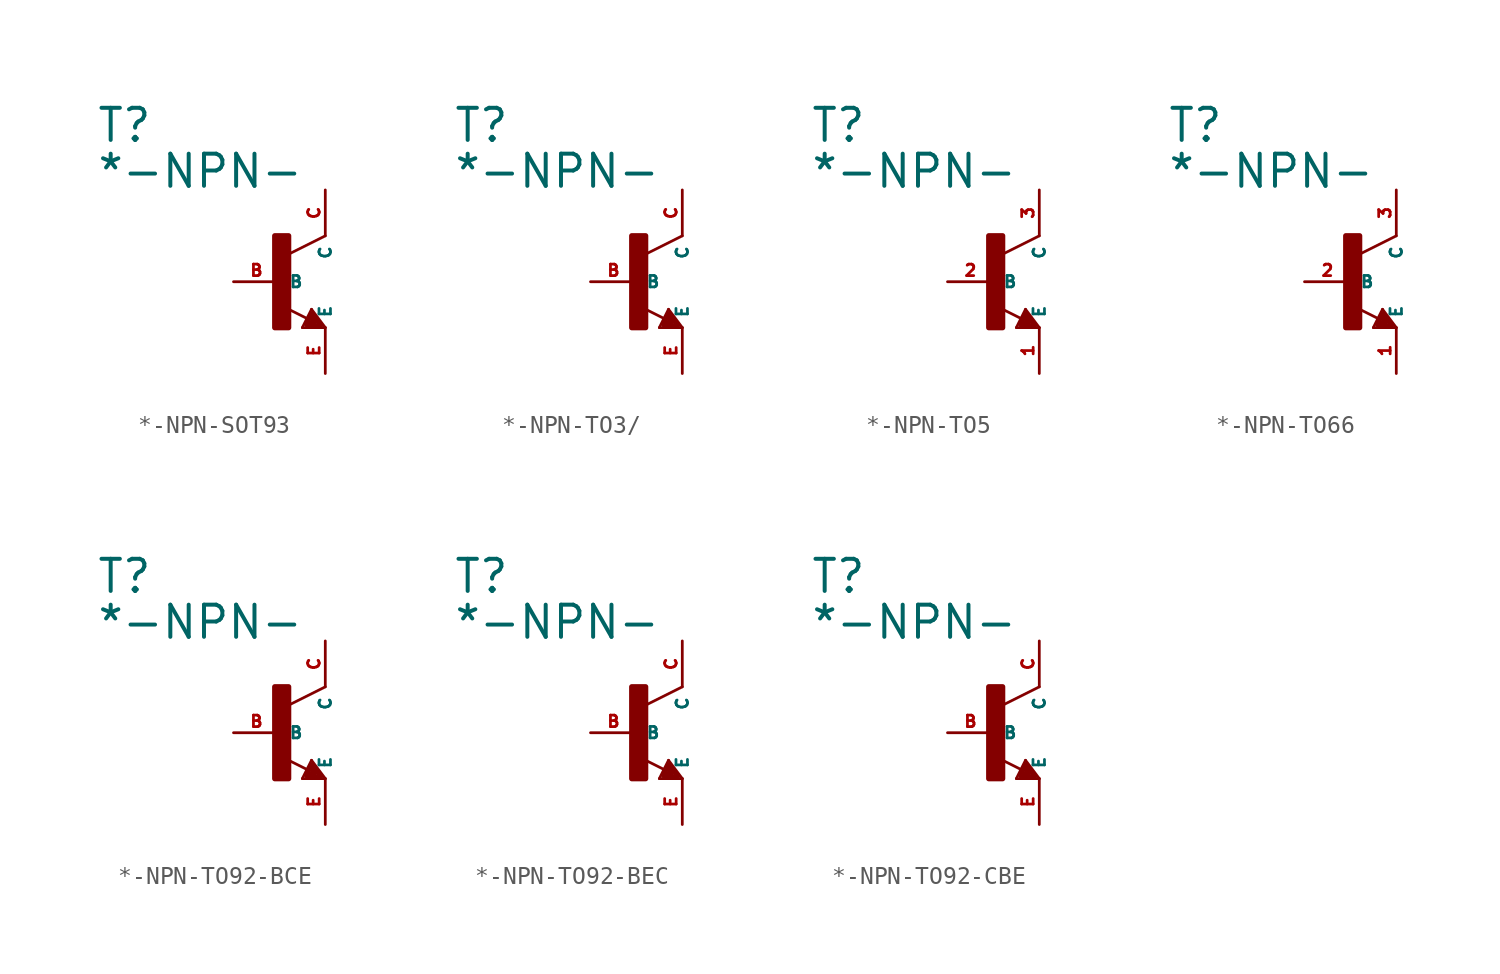
<source format=kicad_sym>
(kicad_symbol_lib
  (version 20220914)
  (generator Eagle2Kicad)
  (symbol "*-NPN-SOT93"
    (property "Reference" "T"
      (at -10.16 7.62 0)
      (effects (font (size 1.778 1.778) (thickness 0.22)) (justify left bottom)))
    (property "Value" "*-NPN-"
      (at -10.16 5.08 0)
      (effects (font (size 1.778 1.778) (thickness 0.22)) (justify left bottom)))
    (polyline
      (pts (xy 2.54 2.54) (xy 0.508 1.524))
      (stroke (width 0.152) (type default))
      (fill (type none)))
    (polyline
      (pts (xy 1.778 -1.524) (xy 2.54 -2.54))
      (stroke (width 0.152) (type default))
      (fill (type none)))
    (polyline
      (pts (xy 2.54 -2.54) (xy 1.27 -2.54))
      (stroke (width 0.152) (type default))
      (fill (type none)))
    (polyline
      (pts (xy 1.27 -2.54) (xy 1.778 -1.524))
      (stroke (width 0.152) (type default))
      (fill (type none)))
    (polyline
      (pts (xy 1.54 -2.04) (xy 0.308 -1.424))
      (stroke (width 0.152) (type default))
      (fill (type none)))
    (polyline
      (pts (xy 1.524 -2.413) (xy 2.286 -2.413))
      (stroke (width 0.254) (type default))
      (fill (type none)))
    (polyline
      (pts (xy 2.286 -2.413) (xy 1.778 -1.778))
      (stroke (width 0.254) (type default))
      (fill (type none)))
    (polyline
      (pts (xy 1.778 -1.778) (xy 1.524 -2.286))
      (stroke (width 0.254) (type default))
      (fill (type none)))
    (polyline
      (pts (xy 1.524 -2.286) (xy 1.905 -2.286))
      (stroke (width 0.254) (type default))
      (fill (type none)))
    (polyline
      (pts (xy 1.905 -2.286) (xy 1.778 -2.032))
      (stroke (width 0.254) (type default))
      (fill (type none)))
    (rectangle
      (start -0.254 -2.54)
      (end 0.508 2.54)
      (stroke (width 0.3) (type default))
      (fill (type outline)))
    (pin passive line
      (at -2.54 0 0)
      (length 2.54)
      (name "B" (effects (font (size 0.635 0.635) (thickness 0.08)) (justify left bottom)))
      (number "B" (effects (font (size 0.635 0.635) (thickness 0.08)) (justify left bottom))))
    (pin passive line
      (at 2.54 -5.08 90)
      (length 2.54)
      (name "E" (effects (font (size 0.635 0.635) (thickness 0.08)) (justify left bottom)))
      (number "E" (effects (font (size 0.635 0.635) (thickness 0.08)) (justify left bottom))))
    (pin passive line
      (at 2.54 5.08 270)
      (length 2.54)
      (name "C" (effects (font (size 0.635 0.635) (thickness 0.08)) (justify left bottom)))
      (number "C" (effects (font (size 0.635 0.635) (thickness 0.08)) (justify left bottom)))))
  (symbol "*-NPN-TO3/"
    (property "Reference" "T"
      (at -10.16 7.62 0)
      (effects (font (size 1.778 1.778) (thickness 0.22)) (justify left bottom)))
    (property "Value" "*-NPN-"
      (at -10.16 5.08 0)
      (effects (font (size 1.778 1.778) (thickness 0.22)) (justify left bottom)))
    (polyline
      (pts (xy 2.54 2.54) (xy 0.508 1.524))
      (stroke (width 0.152) (type default))
      (fill (type none)))
    (polyline
      (pts (xy 1.778 -1.524) (xy 2.54 -2.54))
      (stroke (width 0.152) (type default))
      (fill (type none)))
    (polyline
      (pts (xy 2.54 -2.54) (xy 1.27 -2.54))
      (stroke (width 0.152) (type default))
      (fill (type none)))
    (polyline
      (pts (xy 1.27 -2.54) (xy 1.778 -1.524))
      (stroke (width 0.152) (type default))
      (fill (type none)))
    (polyline
      (pts (xy 1.54 -2.04) (xy 0.308 -1.424))
      (stroke (width 0.152) (type default))
      (fill (type none)))
    (polyline
      (pts (xy 1.524 -2.413) (xy 2.286 -2.413))
      (stroke (width 0.254) (type default))
      (fill (type none)))
    (polyline
      (pts (xy 2.286 -2.413) (xy 1.778 -1.778))
      (stroke (width 0.254) (type default))
      (fill (type none)))
    (polyline
      (pts (xy 1.778 -1.778) (xy 1.524 -2.286))
      (stroke (width 0.254) (type default))
      (fill (type none)))
    (polyline
      (pts (xy 1.524 -2.286) (xy 1.905 -2.286))
      (stroke (width 0.254) (type default))
      (fill (type none)))
    (polyline
      (pts (xy 1.905 -2.286) (xy 1.778 -2.032))
      (stroke (width 0.254) (type default))
      (fill (type none)))
    (rectangle
      (start -0.254 -2.54)
      (end 0.508 2.54)
      (stroke (width 0.3) (type default))
      (fill (type outline)))
    (pin passive line
      (at -2.54 0 0)
      (length 2.54)
      (name "B" (effects (font (size 0.635 0.635) (thickness 0.08)) (justify left bottom)))
      (number "B" (effects (font (size 0.635 0.635) (thickness 0.08)) (justify left bottom))))
    (pin passive line
      (at 2.54 -5.08 90)
      (length 2.54)
      (name "E" (effects (font (size 0.635 0.635) (thickness 0.08)) (justify left bottom)))
      (number "E" (effects (font (size 0.635 0.635) (thickness 0.08)) (justify left bottom))))
    (pin passive line
      (at 2.54 5.08 270)
      (length 2.54)
      (name "C" (effects (font (size 0.635 0.635) (thickness 0.08)) (justify left bottom)))
      (number "C" (effects (font (size 0.635 0.635) (thickness 0.08)) (justify left bottom)))))
  (symbol "*-NPN-TO5"
    (property "Reference" "T"
      (at -10.16 7.62 0)
      (effects (font (size 1.778 1.778) (thickness 0.22)) (justify left bottom)))
    (property "Value" "*-NPN-"
      (at -10.16 5.08 0)
      (effects (font (size 1.778 1.778) (thickness 0.22)) (justify left bottom)))
    (polyline
      (pts (xy 2.54 2.54) (xy 0.508 1.524))
      (stroke (width 0.152) (type default))
      (fill (type none)))
    (polyline
      (pts (xy 1.778 -1.524) (xy 2.54 -2.54))
      (stroke (width 0.152) (type default))
      (fill (type none)))
    (polyline
      (pts (xy 2.54 -2.54) (xy 1.27 -2.54))
      (stroke (width 0.152) (type default))
      (fill (type none)))
    (polyline
      (pts (xy 1.27 -2.54) (xy 1.778 -1.524))
      (stroke (width 0.152) (type default))
      (fill (type none)))
    (polyline
      (pts (xy 1.54 -2.04) (xy 0.308 -1.424))
      (stroke (width 0.152) (type default))
      (fill (type none)))
    (polyline
      (pts (xy 1.524 -2.413) (xy 2.286 -2.413))
      (stroke (width 0.254) (type default))
      (fill (type none)))
    (polyline
      (pts (xy 2.286 -2.413) (xy 1.778 -1.778))
      (stroke (width 0.254) (type default))
      (fill (type none)))
    (polyline
      (pts (xy 1.778 -1.778) (xy 1.524 -2.286))
      (stroke (width 0.254) (type default))
      (fill (type none)))
    (polyline
      (pts (xy 1.524 -2.286) (xy 1.905 -2.286))
      (stroke (width 0.254) (type default))
      (fill (type none)))
    (polyline
      (pts (xy 1.905 -2.286) (xy 1.778 -2.032))
      (stroke (width 0.254) (type default))
      (fill (type none)))
    (rectangle
      (start -0.254 -2.54)
      (end 0.508 2.54)
      (stroke (width 0.3) (type default))
      (fill (type outline)))
    (pin passive line
      (at -2.54 0 0)
      (length 2.54)
      (name "B" (effects (font (size 0.635 0.635) (thickness 0.08)) (justify left bottom)))
      (number "2" (effects (font (size 0.635 0.635) (thickness 0.08)) (justify left bottom))))
    (pin passive line
      (at 2.54 -5.08 90)
      (length 2.54)
      (name "E" (effects (font (size 0.635 0.635) (thickness 0.08)) (justify left bottom)))
      (number "1" (effects (font (size 0.635 0.635) (thickness 0.08)) (justify left bottom))))
    (pin passive line
      (at 2.54 5.08 270)
      (length 2.54)
      (name "C" (effects (font (size 0.635 0.635) (thickness 0.08)) (justify left bottom)))
      (number "3" (effects (font (size 0.635 0.635) (thickness 0.08)) (justify left bottom)))))
  (symbol "*-NPN-TO66"
    (property "Reference" "T"
      (at -10.16 7.62 0)
      (effects (font (size 1.778 1.778) (thickness 0.22)) (justify left bottom)))
    (property "Value" "*-NPN-"
      (at -10.16 5.08 0)
      (effects (font (size 1.778 1.778) (thickness 0.22)) (justify left bottom)))
    (polyline
      (pts (xy 2.54 2.54) (xy 0.508 1.524))
      (stroke (width 0.152) (type default))
      (fill (type none)))
    (polyline
      (pts (xy 1.778 -1.524) (xy 2.54 -2.54))
      (stroke (width 0.152) (type default))
      (fill (type none)))
    (polyline
      (pts (xy 2.54 -2.54) (xy 1.27 -2.54))
      (stroke (width 0.152) (type default))
      (fill (type none)))
    (polyline
      (pts (xy 1.27 -2.54) (xy 1.778 -1.524))
      (stroke (width 0.152) (type default))
      (fill (type none)))
    (polyline
      (pts (xy 1.54 -2.04) (xy 0.308 -1.424))
      (stroke (width 0.152) (type default))
      (fill (type none)))
    (polyline
      (pts (xy 1.524 -2.413) (xy 2.286 -2.413))
      (stroke (width 0.254) (type default))
      (fill (type none)))
    (polyline
      (pts (xy 2.286 -2.413) (xy 1.778 -1.778))
      (stroke (width 0.254) (type default))
      (fill (type none)))
    (polyline
      (pts (xy 1.778 -1.778) (xy 1.524 -2.286))
      (stroke (width 0.254) (type default))
      (fill (type none)))
    (polyline
      (pts (xy 1.524 -2.286) (xy 1.905 -2.286))
      (stroke (width 0.254) (type default))
      (fill (type none)))
    (polyline
      (pts (xy 1.905 -2.286) (xy 1.778 -2.032))
      (stroke (width 0.254) (type default))
      (fill (type none)))
    (rectangle
      (start -0.254 -2.54)
      (end 0.508 2.54)
      (stroke (width 0.3) (type default))
      (fill (type outline)))
    (pin passive line
      (at -2.54 0 0)
      (length 2.54)
      (name "B" (effects (font (size 0.635 0.635) (thickness 0.08)) (justify left bottom)))
      (number "2" (effects (font (size 0.635 0.635) (thickness 0.08)) (justify left bottom))))
    (pin passive line
      (at 2.54 -5.08 90)
      (length 2.54)
      (name "E" (effects (font (size 0.635 0.635) (thickness 0.08)) (justify left bottom)))
      (number "1" (effects (font (size 0.635 0.635) (thickness 0.08)) (justify left bottom))))
    (pin passive line
      (at 2.54 5.08 270)
      (length 2.54)
      (name "C" (effects (font (size 0.635 0.635) (thickness 0.08)) (justify left bottom)))
      (number "3" (effects (font (size 0.635 0.635) (thickness 0.08)) (justify left bottom)))))
  (symbol "*-NPN-TO92-BCE"
    (property "Reference" "T"
      (at -10.16 7.62 0)
      (effects (font (size 1.778 1.778) (thickness 0.22)) (justify left bottom)))
    (property "Value" "*-NPN-"
      (at -10.16 5.08 0)
      (effects (font (size 1.778 1.778) (thickness 0.22)) (justify left bottom)))
    (polyline
      (pts (xy 2.54 2.54) (xy 0.508 1.524))
      (stroke (width 0.152) (type default))
      (fill (type none)))
    (polyline
      (pts (xy 1.778 -1.524) (xy 2.54 -2.54))
      (stroke (width 0.152) (type default))
      (fill (type none)))
    (polyline
      (pts (xy 2.54 -2.54) (xy 1.27 -2.54))
      (stroke (width 0.152) (type default))
      (fill (type none)))
    (polyline
      (pts (xy 1.27 -2.54) (xy 1.778 -1.524))
      (stroke (width 0.152) (type default))
      (fill (type none)))
    (polyline
      (pts (xy 1.54 -2.04) (xy 0.308 -1.424))
      (stroke (width 0.152) (type default))
      (fill (type none)))
    (polyline
      (pts (xy 1.524 -2.413) (xy 2.286 -2.413))
      (stroke (width 0.254) (type default))
      (fill (type none)))
    (polyline
      (pts (xy 2.286 -2.413) (xy 1.778 -1.778))
      (stroke (width 0.254) (type default))
      (fill (type none)))
    (polyline
      (pts (xy 1.778 -1.778) (xy 1.524 -2.286))
      (stroke (width 0.254) (type default))
      (fill (type none)))
    (polyline
      (pts (xy 1.524 -2.286) (xy 1.905 -2.286))
      (stroke (width 0.254) (type default))
      (fill (type none)))
    (polyline
      (pts (xy 1.905 -2.286) (xy 1.778 -2.032))
      (stroke (width 0.254) (type default))
      (fill (type none)))
    (rectangle
      (start -0.254 -2.54)
      (end 0.508 2.54)
      (stroke (width 0.3) (type default))
      (fill (type outline)))
    (pin passive line
      (at -2.54 0 0)
      (length 2.54)
      (name "B" (effects (font (size 0.635 0.635) (thickness 0.08)) (justify left bottom)))
      (number "B" (effects (font (size 0.635 0.635) (thickness 0.08)) (justify left bottom))))
    (pin passive line
      (at 2.54 -5.08 90)
      (length 2.54)
      (name "E" (effects (font (size 0.635 0.635) (thickness 0.08)) (justify left bottom)))
      (number "E" (effects (font (size 0.635 0.635) (thickness 0.08)) (justify left bottom))))
    (pin passive line
      (at 2.54 5.08 270)
      (length 2.54)
      (name "C" (effects (font (size 0.635 0.635) (thickness 0.08)) (justify left bottom)))
      (number "C" (effects (font (size 0.635 0.635) (thickness 0.08)) (justify left bottom)))))
  (symbol "*-NPN-TO92-BEC"
    (property "Reference" "T"
      (at -10.16 7.62 0)
      (effects (font (size 1.778 1.778) (thickness 0.22)) (justify left bottom)))
    (property "Value" "*-NPN-"
      (at -10.16 5.08 0)
      (effects (font (size 1.778 1.778) (thickness 0.22)) (justify left bottom)))
    (polyline
      (pts (xy 2.54 2.54) (xy 0.508 1.524))
      (stroke (width 0.152) (type default))
      (fill (type none)))
    (polyline
      (pts (xy 1.778 -1.524) (xy 2.54 -2.54))
      (stroke (width 0.152) (type default))
      (fill (type none)))
    (polyline
      (pts (xy 2.54 -2.54) (xy 1.27 -2.54))
      (stroke (width 0.152) (type default))
      (fill (type none)))
    (polyline
      (pts (xy 1.27 -2.54) (xy 1.778 -1.524))
      (stroke (width 0.152) (type default))
      (fill (type none)))
    (polyline
      (pts (xy 1.54 -2.04) (xy 0.308 -1.424))
      (stroke (width 0.152) (type default))
      (fill (type none)))
    (polyline
      (pts (xy 1.524 -2.413) (xy 2.286 -2.413))
      (stroke (width 0.254) (type default))
      (fill (type none)))
    (polyline
      (pts (xy 2.286 -2.413) (xy 1.778 -1.778))
      (stroke (width 0.254) (type default))
      (fill (type none)))
    (polyline
      (pts (xy 1.778 -1.778) (xy 1.524 -2.286))
      (stroke (width 0.254) (type default))
      (fill (type none)))
    (polyline
      (pts (xy 1.524 -2.286) (xy 1.905 -2.286))
      (stroke (width 0.254) (type default))
      (fill (type none)))
    (polyline
      (pts (xy 1.905 -2.286) (xy 1.778 -2.032))
      (stroke (width 0.254) (type default))
      (fill (type none)))
    (rectangle
      (start -0.254 -2.54)
      (end 0.508 2.54)
      (stroke (width 0.3) (type default))
      (fill (type outline)))
    (pin passive line
      (at -2.54 0 0)
      (length 2.54)
      (name "B" (effects (font (size 0.635 0.635) (thickness 0.08)) (justify left bottom)))
      (number "B" (effects (font (size 0.635 0.635) (thickness 0.08)) (justify left bottom))))
    (pin passive line
      (at 2.54 -5.08 90)
      (length 2.54)
      (name "E" (effects (font (size 0.635 0.635) (thickness 0.08)) (justify left bottom)))
      (number "E" (effects (font (size 0.635 0.635) (thickness 0.08)) (justify left bottom))))
    (pin passive line
      (at 2.54 5.08 270)
      (length 2.54)
      (name "C" (effects (font (size 0.635 0.635) (thickness 0.08)) (justify left bottom)))
      (number "C" (effects (font (size 0.635 0.635) (thickness 0.08)) (justify left bottom)))))
  (symbol "*-NPN-TO92-CBE"
    (property "Reference" "T"
      (at -10.16 7.62 0)
      (effects (font (size 1.778 1.778) (thickness 0.22)) (justify left bottom)))
    (property "Value" "*-NPN-"
      (at -10.16 5.08 0)
      (effects (font (size 1.778 1.778) (thickness 0.22)) (justify left bottom)))
    (polyline
      (pts (xy 2.54 2.54) (xy 0.508 1.524))
      (stroke (width 0.152) (type default))
      (fill (type none)))
    (polyline
      (pts (xy 1.778 -1.524) (xy 2.54 -2.54))
      (stroke (width 0.152) (type default))
      (fill (type none)))
    (polyline
      (pts (xy 2.54 -2.54) (xy 1.27 -2.54))
      (stroke (width 0.152) (type default))
      (fill (type none)))
    (polyline
      (pts (xy 1.27 -2.54) (xy 1.778 -1.524))
      (stroke (width 0.152) (type default))
      (fill (type none)))
    (polyline
      (pts (xy 1.54 -2.04) (xy 0.308 -1.424))
      (stroke (width 0.152) (type default))
      (fill (type none)))
    (polyline
      (pts (xy 1.524 -2.413) (xy 2.286 -2.413))
      (stroke (width 0.254) (type default))
      (fill (type none)))
    (polyline
      (pts (xy 2.286 -2.413) (xy 1.778 -1.778))
      (stroke (width 0.254) (type default))
      (fill (type none)))
    (polyline
      (pts (xy 1.778 -1.778) (xy 1.524 -2.286))
      (stroke (width 0.254) (type default))
      (fill (type none)))
    (polyline
      (pts (xy 1.524 -2.286) (xy 1.905 -2.286))
      (stroke (width 0.254) (type default))
      (fill (type none)))
    (polyline
      (pts (xy 1.905 -2.286) (xy 1.778 -2.032))
      (stroke (width 0.254) (type default))
      (fill (type none)))
    (rectangle
      (start -0.254 -2.54)
      (end 0.508 2.54)
      (stroke (width 0.3) (type default))
      (fill (type outline)))
    (pin passive line
      (at -2.54 0 0)
      (length 2.54)
      (name "B" (effects (font (size 0.635 0.635) (thickness 0.08)) (justify left bottom)))
      (number "B" (effects (font (size 0.635 0.635) (thickness 0.08)) (justify left bottom))))
    (pin passive line
      (at 2.54 -5.08 90)
      (length 2.54)
      (name "E" (effects (font (size 0.635 0.635) (thickness 0.08)) (justify left bottom)))
      (number "E" (effects (font (size 0.635 0.635) (thickness 0.08)) (justify left bottom))))
    (pin passive line
      (at 2.54 5.08 270)
      (length 2.54)
      (name "C" (effects (font (size 0.635 0.635) (thickness 0.08)) (justify left bottom)))
      (number "C" (effects (font (size 0.635 0.635) (thickness 0.08)) (justify left bottom))))))
</source>
